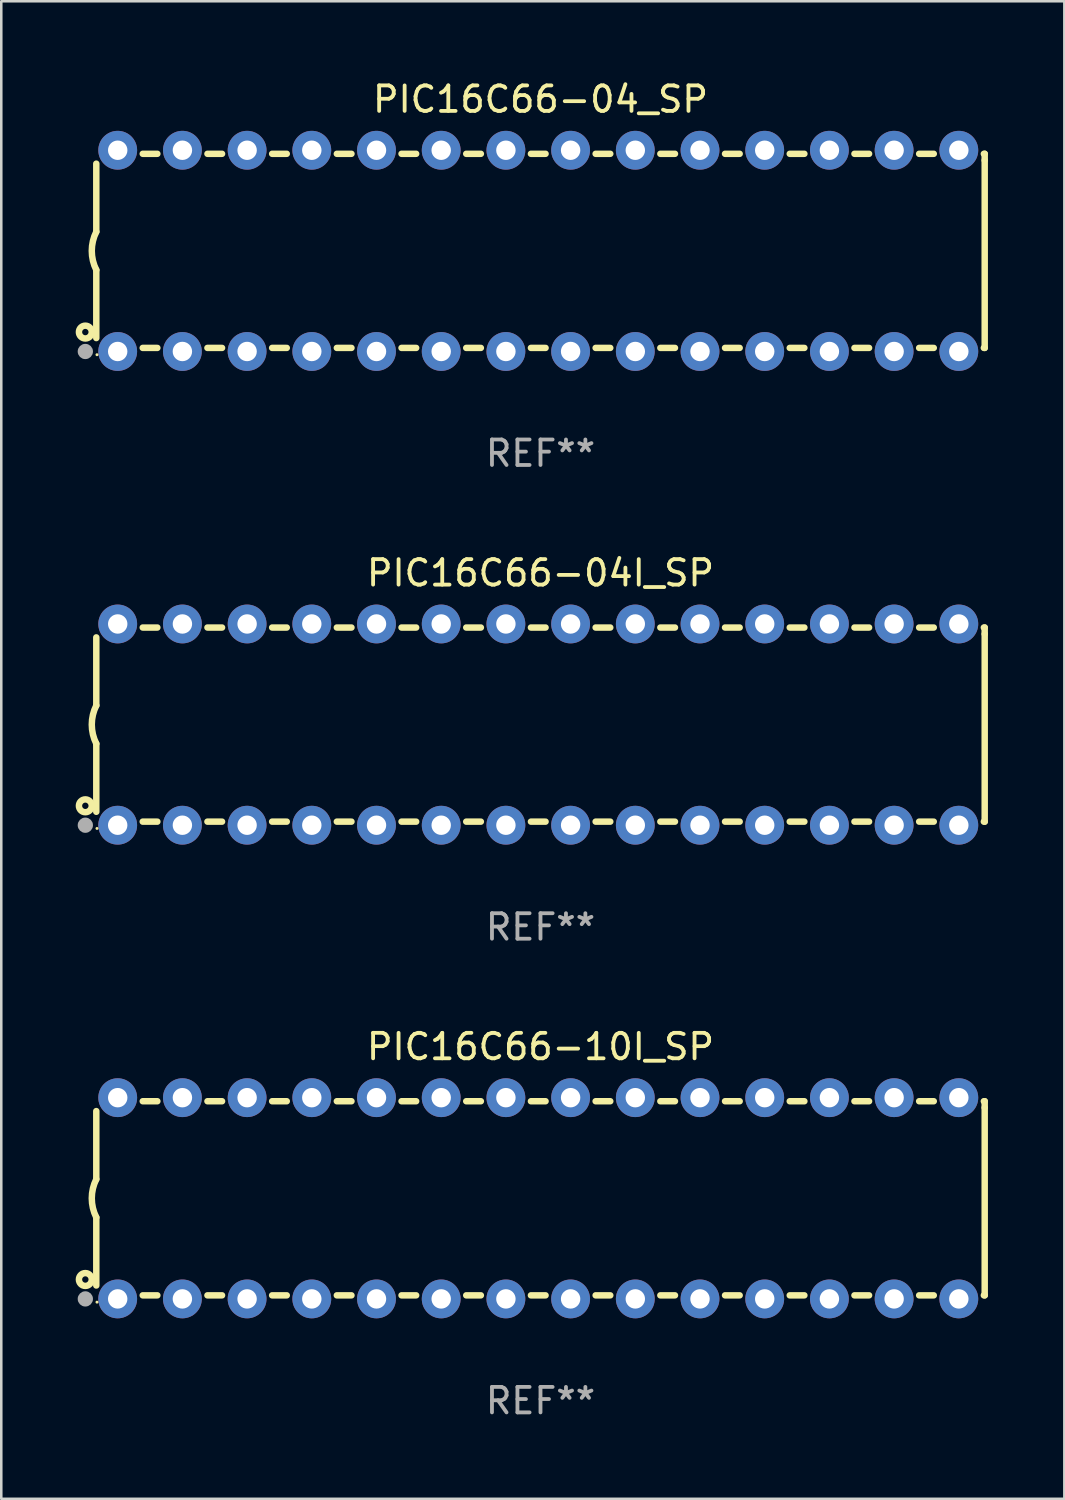
<source format=kicad_pcb>
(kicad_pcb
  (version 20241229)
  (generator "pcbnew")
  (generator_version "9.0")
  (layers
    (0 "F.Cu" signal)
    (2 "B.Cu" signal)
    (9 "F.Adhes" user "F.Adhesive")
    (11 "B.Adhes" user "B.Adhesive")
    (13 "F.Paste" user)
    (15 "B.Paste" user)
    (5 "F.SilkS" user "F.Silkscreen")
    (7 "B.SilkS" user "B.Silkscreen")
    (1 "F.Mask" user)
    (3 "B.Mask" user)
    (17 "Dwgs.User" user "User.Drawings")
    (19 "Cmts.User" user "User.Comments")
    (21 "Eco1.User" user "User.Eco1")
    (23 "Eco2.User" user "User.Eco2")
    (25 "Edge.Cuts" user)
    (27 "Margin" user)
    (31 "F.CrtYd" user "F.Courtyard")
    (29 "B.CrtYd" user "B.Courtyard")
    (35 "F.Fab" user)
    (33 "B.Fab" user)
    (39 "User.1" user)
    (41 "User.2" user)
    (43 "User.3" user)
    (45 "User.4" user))
  (footprint "PIC16C66-10I_SP"
    (layer "F.Cu")
    (at 18.168 43.991)
    (property "Reference" "PIC16C66-10I_SP" (at 0 -5.95 0) (layer "F.SilkS") (effects (font (size 1 1) (thickness 0.15))))
    (attr through_hole)
    (fp_line (start -17.438 0.75) (end -17.438 3.423) (stroke (width 0.254) (type solid)) (layer "F.SilkS"))
    (fp_line (start -17.438 -3.423) (end -17.438 -0.75) (stroke (width 0.254) (type solid)) (layer "F.SilkS"))
    (fp_line (start -15.615 3.81) (end -15.041 3.81) (stroke (width 0.254) (type solid)) (layer "F.SilkS"))
    (fp_line (start -15.041 -3.81) (end -15.614 -3.81) (stroke (width 0.254) (type solid)) (layer "F.SilkS"))
    (fp_line (start -13.075 3.81) (end -12.501 3.81) (stroke (width 0.254) (type solid)) (layer "F.SilkS"))
    (fp_line (start -12.501 -3.81) (end -13.074 -3.81) (stroke (width 0.254) (type solid)) (layer "F.SilkS"))
    (fp_line (start -10.535 3.81) (end -9.961 3.81) (stroke (width 0.254) (type solid)) (layer "F.SilkS"))
    (fp_line (start -9.961 -3.81) (end -10.534 -3.81) (stroke (width 0.254) (type solid)) (layer "F.SilkS"))
    (fp_line (start -7.995 3.81) (end -7.421 3.81) (stroke (width 0.254) (type solid)) (layer "F.SilkS"))
    (fp_line (start -7.421 -3.81) (end -7.995 -3.81) (stroke (width 0.254) (type solid)) (layer "F.SilkS"))
    (fp_line (start -5.455 3.81) (end -4.881 3.81) (stroke (width 0.254) (type solid)) (layer "F.SilkS"))
    (fp_line (start -4.881 -3.81) (end -5.455 -3.81) (stroke (width 0.254) (type solid)) (layer "F.SilkS"))
    (fp_line (start -2.915 3.81) (end -2.341 3.81) (stroke (width 0.254) (type solid)) (layer "F.SilkS"))
    (fp_line (start -2.341 -3.81) (end -2.915 -3.81) (stroke (width 0.254) (type solid)) (layer "F.SilkS"))
    (fp_line (start -0.375 3.81) (end 0.199 3.81) (stroke (width 0.254) (type solid)) (layer "F.SilkS"))
    (fp_line (start 0.199 -3.81) (end -0.375 -3.81) (stroke (width 0.254) (type solid)) (layer "F.SilkS"))
    (fp_line (start 2.165 3.81) (end 2.739 3.81) (stroke (width 0.254) (type solid)) (layer "F.SilkS"))
    (fp_line (start 2.739 -3.81) (end 2.165 -3.81) (stroke (width 0.254) (type solid)) (layer "F.SilkS"))
    (fp_line (start 4.705 3.81) (end 5.279 3.81) (stroke (width 0.254) (type solid)) (layer "F.SilkS"))
    (fp_line (start 5.279 -3.81) (end 4.705 -3.81) (stroke (width 0.254) (type solid)) (layer "F.SilkS"))
    (fp_line (start 7.245 3.81) (end 7.819 3.81) (stroke (width 0.254) (type solid)) (layer "F.SilkS"))
    (fp_line (start 7.819 -3.81) (end 7.245 -3.81) (stroke (width 0.254) (type solid)) (layer "F.SilkS"))
    (fp_line (start 9.785 3.81) (end 10.359 3.81) (stroke (width 0.254) (type solid)) (layer "F.SilkS"))
    (fp_line (start 10.359 -3.81) (end 9.785 -3.81) (stroke (width 0.254) (type solid)) (layer "F.SilkS"))
    (fp_line (start 12.325 3.81) (end 12.899 3.81) (stroke (width 0.254) (type solid)) (layer "F.SilkS"))
    (fp_line (start 12.899 -3.81) (end 12.325 -3.81) (stroke (width 0.254) (type solid)) (layer "F.SilkS"))
    (fp_line (start 14.865 3.81) (end 15.439 3.81) (stroke (width 0.254) (type solid)) (layer "F.SilkS"))
    (fp_line (start 15.439 -3.81) (end 14.865 -3.81) (stroke (width 0.254) (type solid)) (layer "F.SilkS"))
    (fp_line (start 17.405 3.81) (end 17.438 3.81) (stroke (width 0.254) (type solid)) (layer "F.SilkS"))
    (fp_line (start 17.438 -3.81) (end 17.405 -3.81) (stroke (width 0.254) (type solid)) (layer "F.SilkS"))
    (fp_line (start 17.438 -3.556) (end 17.438 -3.81) (stroke (width 0.254) (type solid)) (layer "F.SilkS"))
    (fp_line (start 17.438 3.81) (end 17.438 -3.556) (stroke (width 0.254) (type solid)) (layer "F.SilkS"))
    (fp_arc (start -17.437986 0.749657) (mid -17.614887 -0.000024) (end -17.437783 -0.749657) (stroke (width 0.254001) (type solid)) (layer "F.SilkS"))
    (fp_circle (center -17.868 3.188) (end -17.743 3.188) (stroke (width 0.254) (type solid)) (fill no) (layer "F.SilkS"))
    (fp_circle (center -17.411 4.077) (end -17.381 4.077) (stroke (width 0.06) (type solid)) (fill no) (layer "F.SilkS"))
    (fp_circle (center -17.868 3.95) (end -17.718 3.95) (stroke (width 0.3) (type solid)) (fill no) (layer "F.Fab"))
    (fp_text user "REF**" (at 0 7.95 0) (layer "F.Fab") (effects (font (size 1 1) (thickness 0.15))))
    (pad "1" thru_hole circle (at -16.598 3.95) (size 1.524 1.524) (drill 0.762) (layers "*.Cu" "*.Mask"))
    (pad "2" thru_hole circle (at -14.058 3.95) (size 1.524 1.524) (drill 0.762) (layers "*.Cu" "*.Mask"))
    (pad "3" thru_hole circle (at -11.518 3.95) (size 1.524 1.524) (drill 0.762) (layers "*.Cu" "*.Mask"))
    (pad "4" thru_hole circle (at -8.978 3.95) (size 1.524 1.524) (drill 0.762) (layers "*.Cu" "*.Mask"))
    (pad "5" thru_hole circle (at -6.438 3.95) (size 1.524 1.524) (drill 0.762) (layers "*.Cu" "*.Mask"))
    (pad "6" thru_hole circle (at -3.898 3.95) (size 1.524 1.524) (drill 0.762) (layers "*.Cu" "*.Mask"))
    (pad "7" thru_hole circle (at -1.358 3.95) (size 1.524 1.524) (drill 0.762) (layers "*.Cu" "*.Mask"))
    (pad "8" thru_hole circle (at 1.182 3.95) (size 1.524 1.524) (drill 0.762) (layers "*.Cu" "*.Mask"))
    (pad "9" thru_hole circle (at 3.722 3.95) (size 1.524 1.524) (drill 0.762) (layers "*.Cu" "*.Mask"))
    (pad "10" thru_hole circle (at 6.262 3.95) (size 1.524 1.524) (drill 0.762) (layers "*.Cu" "*.Mask"))
    (pad "11" thru_hole circle (at 8.802 3.95) (size 1.524 1.524) (drill 0.762) (layers "*.Cu" "*.Mask"))
    (pad "12" thru_hole circle (at 11.342 3.95) (size 1.524 1.524) (drill 0.762) (layers "*.Cu" "*.Mask"))
    (pad "13" thru_hole circle (at 13.882 3.95) (size 1.524 1.524) (drill 0.762) (layers "*.Cu" "*.Mask"))
    (pad "14" thru_hole circle (at 16.422 3.95) (size 1.524 1.524) (drill 0.762) (layers "*.Cu" "*.Mask"))
    (pad "15" thru_hole circle (at 16.422 -3.95) (size 1.524 1.524) (drill 0.762) (layers "*.Cu" "*.Mask"))
    (pad "16" thru_hole circle (at 13.882 -3.95) (size 1.524 1.524) (drill 0.762) (layers "*.Cu" "*.Mask"))
    (pad "17" thru_hole circle (at 11.342 -3.95) (size 1.524 1.524) (drill 0.762) (layers "*.Cu" "*.Mask"))
    (pad "18" thru_hole circle (at 8.802 -3.95) (size 1.524 1.524) (drill 0.762) (layers "*.Cu" "*.Mask"))
    (pad "19" thru_hole circle (at 6.262 -3.95) (size 1.524 1.524) (drill 0.762) (layers "*.Cu" "*.Mask"))
    (pad "20" thru_hole circle (at 3.722 -3.95) (size 1.524 1.524) (drill 0.762) (layers "*.Cu" "*.Mask"))
    (pad "21" thru_hole circle (at 1.182 -3.95) (size 1.524 1.524) (drill 0.762) (layers "*.Cu" "*.Mask"))
    (pad "22" thru_hole circle (at -1.358 -3.95) (size 1.524 1.524) (drill 0.762) (layers "*.Cu" "*.Mask"))
    (pad "23" thru_hole circle (at -3.898 -3.95) (size 1.524 1.524) (drill 0.762) (layers "*.Cu" "*.Mask"))
    (pad "24" thru_hole circle (at -6.438 -3.95) (size 1.524 1.524) (drill 0.762) (layers "*.Cu" "*.Mask"))
    (pad "25" thru_hole circle (at -8.978 -3.95) (size 1.524 1.524) (drill 0.762) (layers "*.Cu" "*.Mask"))
    (pad "26" thru_hole circle (at -11.517 -3.95) (size 1.524 1.524) (drill 0.762) (layers "*.Cu" "*.Mask"))
    (pad "27" thru_hole circle (at -14.057 -3.95) (size 1.524 1.524) (drill 0.762) (layers "*.Cu" "*.Mask"))
    (pad "28" thru_hole circle (at -16.597 -3.95) (size 1.524 1.524) (drill 0.762) (layers "*.Cu" "*.Mask")))
  (footprint "PIC16C66-04_SP"
    (layer "F.Cu")
    (at 18.168 6.798)
    (property "Reference" "PIC16C66-04_SP" (at 0 -5.95 0) (layer "F.SilkS") (effects (font (size 1 1) (thickness 0.15))))
    (attr through_hole)
    (fp_line (start -17.438 0.75) (end -17.438 3.423) (stroke (width 0.254) (type solid)) (layer "F.SilkS"))
    (fp_line (start -17.438 -3.423) (end -17.438 -0.75) (stroke (width 0.254) (type solid)) (layer "F.SilkS"))
    (fp_line (start -15.615 3.81) (end -15.041 3.81) (stroke (width 0.254) (type solid)) (layer "F.SilkS"))
    (fp_line (start -15.041 -3.81) (end -15.614 -3.81) (stroke (width 0.254) (type solid)) (layer "F.SilkS"))
    (fp_line (start -13.075 3.81) (end -12.501 3.81) (stroke (width 0.254) (type solid)) (layer "F.SilkS"))
    (fp_line (start -12.501 -3.81) (end -13.074 -3.81) (stroke (width 0.254) (type solid)) (layer "F.SilkS"))
    (fp_line (start -10.535 3.81) (end -9.961 3.81) (stroke (width 0.254) (type solid)) (layer "F.SilkS"))
    (fp_line (start -9.961 -3.81) (end -10.534 -3.81) (stroke (width 0.254) (type solid)) (layer "F.SilkS"))
    (fp_line (start -7.995 3.81) (end -7.421 3.81) (stroke (width 0.254) (type solid)) (layer "F.SilkS"))
    (fp_line (start -7.421 -3.81) (end -7.995 -3.81) (stroke (width 0.254) (type solid)) (layer "F.SilkS"))
    (fp_line (start -5.455 3.81) (end -4.881 3.81) (stroke (width 0.254) (type solid)) (layer "F.SilkS"))
    (fp_line (start -4.881 -3.81) (end -5.455 -3.81) (stroke (width 0.254) (type solid)) (layer "F.SilkS"))
    (fp_line (start -2.915 3.81) (end -2.341 3.81) (stroke (width 0.254) (type solid)) (layer "F.SilkS"))
    (fp_line (start -2.341 -3.81) (end -2.915 -3.81) (stroke (width 0.254) (type solid)) (layer "F.SilkS"))
    (fp_line (start -0.375 3.81) (end 0.199 3.81) (stroke (width 0.254) (type solid)) (layer "F.SilkS"))
    (fp_line (start 0.199 -3.81) (end -0.375 -3.81) (stroke (width 0.254) (type solid)) (layer "F.SilkS"))
    (fp_line (start 2.165 3.81) (end 2.739 3.81) (stroke (width 0.254) (type solid)) (layer "F.SilkS"))
    (fp_line (start 2.739 -3.81) (end 2.165 -3.81) (stroke (width 0.254) (type solid)) (layer "F.SilkS"))
    (fp_line (start 4.705 3.81) (end 5.279 3.81) (stroke (width 0.254) (type solid)) (layer "F.SilkS"))
    (fp_line (start 5.279 -3.81) (end 4.705 -3.81) (stroke (width 0.254) (type solid)) (layer "F.SilkS"))
    (fp_line (start 7.245 3.81) (end 7.819 3.81) (stroke (width 0.254) (type solid)) (layer "F.SilkS"))
    (fp_line (start 7.819 -3.81) (end 7.245 -3.81) (stroke (width 0.254) (type solid)) (layer "F.SilkS"))
    (fp_line (start 9.785 3.81) (end 10.359 3.81) (stroke (width 0.254) (type solid)) (layer "F.SilkS"))
    (fp_line (start 10.359 -3.81) (end 9.785 -3.81) (stroke (width 0.254) (type solid)) (layer "F.SilkS"))
    (fp_line (start 12.325 3.81) (end 12.899 3.81) (stroke (width 0.254) (type solid)) (layer "F.SilkS"))
    (fp_line (start 12.899 -3.81) (end 12.325 -3.81) (stroke (width 0.254) (type solid)) (layer "F.SilkS"))
    (fp_line (start 14.865 3.81) (end 15.439 3.81) (stroke (width 0.254) (type solid)) (layer "F.SilkS"))
    (fp_line (start 15.439 -3.81) (end 14.865 -3.81) (stroke (width 0.254) (type solid)) (layer "F.SilkS"))
    (fp_line (start 17.405 3.81) (end 17.438 3.81) (stroke (width 0.254) (type solid)) (layer "F.SilkS"))
    (fp_line (start 17.438 -3.81) (end 17.405 -3.81) (stroke (width 0.254) (type solid)) (layer "F.SilkS"))
    (fp_line (start 17.438 -3.556) (end 17.438 -3.81) (stroke (width 0.254) (type solid)) (layer "F.SilkS"))
    (fp_line (start 17.438 3.81) (end 17.438 -3.556) (stroke (width 0.254) (type solid)) (layer "F.SilkS"))
    (fp_arc (start -17.437986 0.749657) (mid -17.614887 -0.000024) (end -17.437783 -0.749657) (stroke (width 0.254001) (type solid)) (layer "F.SilkS"))
    (fp_circle (center -17.868 3.188) (end -17.743 3.188) (stroke (width 0.254) (type solid)) (fill no) (layer "F.SilkS"))
    (fp_circle (center -17.411 4.077) (end -17.381 4.077) (stroke (width 0.06) (type solid)) (fill no) (layer "F.SilkS"))
    (fp_circle (center -17.868 3.95) (end -17.718 3.95) (stroke (width 0.3) (type solid)) (fill no) (layer "F.Fab"))
    (fp_text user "REF**" (at 0 7.95 0) (layer "F.Fab") (effects (font (size 1 1) (thickness 0.15))))
    (pad "1" thru_hole circle (at -16.598 3.95) (size 1.524 1.524) (drill 0.762) (layers "*.Cu" "*.Mask"))
    (pad "2" thru_hole circle (at -14.058 3.95) (size 1.524 1.524) (drill 0.762) (layers "*.Cu" "*.Mask"))
    (pad "3" thru_hole circle (at -11.518 3.95) (size 1.524 1.524) (drill 0.762) (layers "*.Cu" "*.Mask"))
    (pad "4" thru_hole circle (at -8.978 3.95) (size 1.524 1.524) (drill 0.762) (layers "*.Cu" "*.Mask"))
    (pad "5" thru_hole circle (at -6.438 3.95) (size 1.524 1.524) (drill 0.762) (layers "*.Cu" "*.Mask"))
    (pad "6" thru_hole circle (at -3.898 3.95) (size 1.524 1.524) (drill 0.762) (layers "*.Cu" "*.Mask"))
    (pad "7" thru_hole circle (at -1.358 3.95) (size 1.524 1.524) (drill 0.762) (layers "*.Cu" "*.Mask"))
    (pad "8" thru_hole circle (at 1.182 3.95) (size 1.524 1.524) (drill 0.762) (layers "*.Cu" "*.Mask"))
    (pad "9" thru_hole circle (at 3.722 3.95) (size 1.524 1.524) (drill 0.762) (layers "*.Cu" "*.Mask"))
    (pad "10" thru_hole circle (at 6.262 3.95) (size 1.524 1.524) (drill 0.762) (layers "*.Cu" "*.Mask"))
    (pad "11" thru_hole circle (at 8.802 3.95) (size 1.524 1.524) (drill 0.762) (layers "*.Cu" "*.Mask"))
    (pad "12" thru_hole circle (at 11.342 3.95) (size 1.524 1.524) (drill 0.762) (layers "*.Cu" "*.Mask"))
    (pad "13" thru_hole circle (at 13.882 3.95) (size 1.524 1.524) (drill 0.762) (layers "*.Cu" "*.Mask"))
    (pad "14" thru_hole circle (at 16.422 3.95) (size 1.524 1.524) (drill 0.762) (layers "*.Cu" "*.Mask"))
    (pad "15" thru_hole circle (at 16.422 -3.95) (size 1.524 1.524) (drill 0.762) (layers "*.Cu" "*.Mask"))
    (pad "16" thru_hole circle (at 13.882 -3.95) (size 1.524 1.524) (drill 0.762) (layers "*.Cu" "*.Mask"))
    (pad "17" thru_hole circle (at 11.342 -3.95) (size 1.524 1.524) (drill 0.762) (layers "*.Cu" "*.Mask"))
    (pad "18" thru_hole circle (at 8.802 -3.95) (size 1.524 1.524) (drill 0.762) (layers "*.Cu" "*.Mask"))
    (pad "19" thru_hole circle (at 6.262 -3.95) (size 1.524 1.524) (drill 0.762) (layers "*.Cu" "*.Mask"))
    (pad "20" thru_hole circle (at 3.722 -3.95) (size 1.524 1.524) (drill 0.762) (layers "*.Cu" "*.Mask"))
    (pad "21" thru_hole circle (at 1.182 -3.95) (size 1.524 1.524) (drill 0.762) (layers "*.Cu" "*.Mask"))
    (pad "22" thru_hole circle (at -1.358 -3.95) (size 1.524 1.524) (drill 0.762) (layers "*.Cu" "*.Mask"))
    (pad "23" thru_hole circle (at -3.898 -3.95) (size 1.524 1.524) (drill 0.762) (layers "*.Cu" "*.Mask"))
    (pad "24" thru_hole circle (at -6.438 -3.95) (size 1.524 1.524) (drill 0.762) (layers "*.Cu" "*.Mask"))
    (pad "25" thru_hole circle (at -8.978 -3.95) (size 1.524 1.524) (drill 0.762) (layers "*.Cu" "*.Mask"))
    (pad "26" thru_hole circle (at -11.517 -3.95) (size 1.524 1.524) (drill 0.762) (layers "*.Cu" "*.Mask"))
    (pad "27" thru_hole circle (at -14.057 -3.95) (size 1.524 1.524) (drill 0.762) (layers "*.Cu" "*.Mask"))
    (pad "28" thru_hole circle (at -16.597 -3.95) (size 1.524 1.524) (drill 0.762) (layers "*.Cu" "*.Mask")))
  (footprint "PIC16C66-04I_SP"
    (layer "F.Cu")
    (at 18.168 25.395)
    (property "Reference" "PIC16C66-04I_SP" (at 0 -5.95 0) (layer "F.SilkS") (effects (font (size 1 1) (thickness 0.15))))
    (attr through_hole)
    (fp_line (start -17.438 0.75) (end -17.438 3.423) (stroke (width 0.254) (type solid)) (layer "F.SilkS"))
    (fp_line (start -17.438 -3.423) (end -17.438 -0.75) (stroke (width 0.254) (type solid)) (layer "F.SilkS"))
    (fp_line (start -15.615 3.81) (end -15.041 3.81) (stroke (width 0.254) (type solid)) (layer "F.SilkS"))
    (fp_line (start -15.041 -3.81) (end -15.614 -3.81) (stroke (width 0.254) (type solid)) (layer "F.SilkS"))
    (fp_line (start -13.075 3.81) (end -12.501 3.81) (stroke (width 0.254) (type solid)) (layer "F.SilkS"))
    (fp_line (start -12.501 -3.81) (end -13.074 -3.81) (stroke (width 0.254) (type solid)) (layer "F.SilkS"))
    (fp_line (start -10.535 3.81) (end -9.961 3.81) (stroke (width 0.254) (type solid)) (layer "F.SilkS"))
    (fp_line (start -9.961 -3.81) (end -10.534 -3.81) (stroke (width 0.254) (type solid)) (layer "F.SilkS"))
    (fp_line (start -7.995 3.81) (end -7.421 3.81) (stroke (width 0.254) (type solid)) (layer "F.SilkS"))
    (fp_line (start -7.421 -3.81) (end -7.995 -3.81) (stroke (width 0.254) (type solid)) (layer "F.SilkS"))
    (fp_line (start -5.455 3.81) (end -4.881 3.81) (stroke (width 0.254) (type solid)) (layer "F.SilkS"))
    (fp_line (start -4.881 -3.81) (end -5.455 -3.81) (stroke (width 0.254) (type solid)) (layer "F.SilkS"))
    (fp_line (start -2.915 3.81) (end -2.341 3.81) (stroke (width 0.254) (type solid)) (layer "F.SilkS"))
    (fp_line (start -2.341 -3.81) (end -2.915 -3.81) (stroke (width 0.254) (type solid)) (layer "F.SilkS"))
    (fp_line (start -0.375 3.81) (end 0.199 3.81) (stroke (width 0.254) (type solid)) (layer "F.SilkS"))
    (fp_line (start 0.199 -3.81) (end -0.375 -3.81) (stroke (width 0.254) (type solid)) (layer "F.SilkS"))
    (fp_line (start 2.165 3.81) (end 2.739 3.81) (stroke (width 0.254) (type solid)) (layer "F.SilkS"))
    (fp_line (start 2.739 -3.81) (end 2.165 -3.81) (stroke (width 0.254) (type solid)) (layer "F.SilkS"))
    (fp_line (start 4.705 3.81) (end 5.279 3.81) (stroke (width 0.254) (type solid)) (layer "F.SilkS"))
    (fp_line (start 5.279 -3.81) (end 4.705 -3.81) (stroke (width 0.254) (type solid)) (layer "F.SilkS"))
    (fp_line (start 7.245 3.81) (end 7.819 3.81) (stroke (width 0.254) (type solid)) (layer "F.SilkS"))
    (fp_line (start 7.819 -3.81) (end 7.245 -3.81) (stroke (width 0.254) (type solid)) (layer "F.SilkS"))
    (fp_line (start 9.785 3.81) (end 10.359 3.81) (stroke (width 0.254) (type solid)) (layer "F.SilkS"))
    (fp_line (start 10.359 -3.81) (end 9.785 -3.81) (stroke (width 0.254) (type solid)) (layer "F.SilkS"))
    (fp_line (start 12.325 3.81) (end 12.899 3.81) (stroke (width 0.254) (type solid)) (layer "F.SilkS"))
    (fp_line (start 12.899 -3.81) (end 12.325 -3.81) (stroke (width 0.254) (type solid)) (layer "F.SilkS"))
    (fp_line (start 14.865 3.81) (end 15.439 3.81) (stroke (width 0.254) (type solid)) (layer "F.SilkS"))
    (fp_line (start 15.439 -3.81) (end 14.865 -3.81) (stroke (width 0.254) (type solid)) (layer "F.SilkS"))
    (fp_line (start 17.405 3.81) (end 17.438 3.81) (stroke (width 0.254) (type solid)) (layer "F.SilkS"))
    (fp_line (start 17.438 -3.81) (end 17.405 -3.81) (stroke (width 0.254) (type solid)) (layer "F.SilkS"))
    (fp_line (start 17.438 -3.556) (end 17.438 -3.81) (stroke (width 0.254) (type solid)) (layer "F.SilkS"))
    (fp_line (start 17.438 3.81) (end 17.438 -3.556) (stroke (width 0.254) (type solid)) (layer "F.SilkS"))
    (fp_arc (start -17.437986 0.749657) (mid -17.614887 -0.000024) (end -17.437783 -0.749657) (stroke (width 0.254001) (type solid)) (layer "F.SilkS"))
    (fp_circle (center -17.868 3.188) (end -17.743 3.188) (stroke (width 0.254) (type solid)) (fill no) (layer "F.SilkS"))
    (fp_circle (center -17.411 4.077) (end -17.381 4.077) (stroke (width 0.06) (type solid)) (fill no) (layer "F.SilkS"))
    (fp_circle (center -17.868 3.95) (end -17.718 3.95) (stroke (width 0.3) (type solid)) (fill no) (layer "F.Fab"))
    (fp_text user "REF**" (at 0 7.95 0) (layer "F.Fab") (effects (font (size 1 1) (thickness 0.15))))
    (pad "1" thru_hole circle (at -16.598 3.95) (size 1.524 1.524) (drill 0.762) (layers "*.Cu" "*.Mask"))
    (pad "2" thru_hole circle (at -14.058 3.95) (size 1.524 1.524) (drill 0.762) (layers "*.Cu" "*.Mask"))
    (pad "3" thru_hole circle (at -11.518 3.95) (size 1.524 1.524) (drill 0.762) (layers "*.Cu" "*.Mask"))
    (pad "4" thru_hole circle (at -8.978 3.95) (size 1.524 1.524) (drill 0.762) (layers "*.Cu" "*.Mask"))
    (pad "5" thru_hole circle (at -6.438 3.95) (size 1.524 1.524) (drill 0.762) (layers "*.Cu" "*.Mask"))
    (pad "6" thru_hole circle (at -3.898 3.95) (size 1.524 1.524) (drill 0.762) (layers "*.Cu" "*.Mask"))
    (pad "7" thru_hole circle (at -1.358 3.95) (size 1.524 1.524) (drill 0.762) (layers "*.Cu" "*.Mask"))
    (pad "8" thru_hole circle (at 1.182 3.95) (size 1.524 1.524) (drill 0.762) (layers "*.Cu" "*.Mask"))
    (pad "9" thru_hole circle (at 3.722 3.95) (size 1.524 1.524) (drill 0.762) (layers "*.Cu" "*.Mask"))
    (pad "10" thru_hole circle (at 6.262 3.95) (size 1.524 1.524) (drill 0.762) (layers "*.Cu" "*.Mask"))
    (pad "11" thru_hole circle (at 8.802 3.95) (size 1.524 1.524) (drill 0.762) (layers "*.Cu" "*.Mask"))
    (pad "12" thru_hole circle (at 11.342 3.95) (size 1.524 1.524) (drill 0.762) (layers "*.Cu" "*.Mask"))
    (pad "13" thru_hole circle (at 13.882 3.95) (size 1.524 1.524) (drill 0.762) (layers "*.Cu" "*.Mask"))
    (pad "14" thru_hole circle (at 16.422 3.95) (size 1.524 1.524) (drill 0.762) (layers "*.Cu" "*.Mask"))
    (pad "15" thru_hole circle (at 16.422 -3.95) (size 1.524 1.524) (drill 0.762) (layers "*.Cu" "*.Mask"))
    (pad "16" thru_hole circle (at 13.882 -3.95) (size 1.524 1.524) (drill 0.762) (layers "*.Cu" "*.Mask"))
    (pad "17" thru_hole circle (at 11.342 -3.95) (size 1.524 1.524) (drill 0.762) (layers "*.Cu" "*.Mask"))
    (pad "18" thru_hole circle (at 8.802 -3.95) (size 1.524 1.524) (drill 0.762) (layers "*.Cu" "*.Mask"))
    (pad "19" thru_hole circle (at 6.262 -3.95) (size 1.524 1.524) (drill 0.762) (layers "*.Cu" "*.Mask"))
    (pad "20" thru_hole circle (at 3.722 -3.95) (size 1.524 1.524) (drill 0.762) (layers "*.Cu" "*.Mask"))
    (pad "21" thru_hole circle (at 1.182 -3.95) (size 1.524 1.524) (drill 0.762) (layers "*.Cu" "*.Mask"))
    (pad "22" thru_hole circle (at -1.358 -3.95) (size 1.524 1.524) (drill 0.762) (layers "*.Cu" "*.Mask"))
    (pad "23" thru_hole circle (at -3.898 -3.95) (size 1.524 1.524) (drill 0.762) (layers "*.Cu" "*.Mask"))
    (pad "24" thru_hole circle (at -6.438 -3.95) (size 1.524 1.524) (drill 0.762) (layers "*.Cu" "*.Mask"))
    (pad "25" thru_hole circle (at -8.978 -3.95) (size 1.524 1.524) (drill 0.762) (layers "*.Cu" "*.Mask"))
    (pad "26" thru_hole circle (at -11.517 -3.95) (size 1.524 1.524) (drill 0.762) (layers "*.Cu" "*.Mask"))
    (pad "27" thru_hole circle (at -14.057 -3.95) (size 1.524 1.524) (drill 0.762) (layers "*.Cu" "*.Mask"))
    (pad "28" thru_hole circle (at -16.597 -3.95) (size 1.524 1.524) (drill 0.762) (layers "*.Cu" "*.Mask")))
  (gr_rect
    (start -3 -3)
    (end 38.733 55.789)
    (stroke (width 0.1) (type default))
    (fill no)
    (layer "Edge.Cuts")))
</source>
